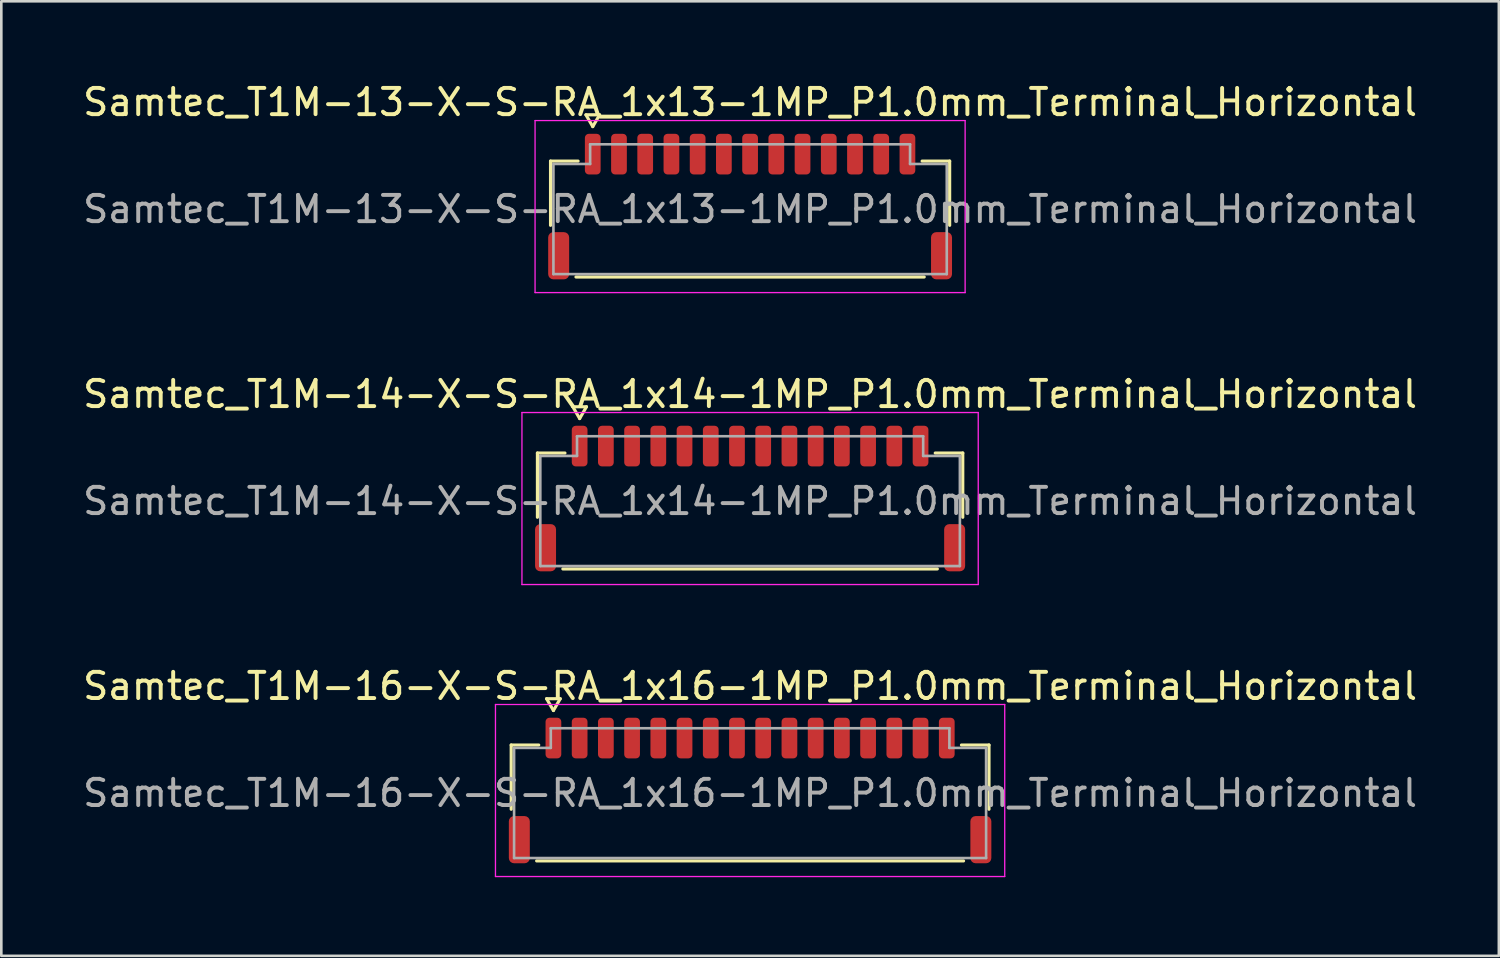
<source format=kicad_pcb>
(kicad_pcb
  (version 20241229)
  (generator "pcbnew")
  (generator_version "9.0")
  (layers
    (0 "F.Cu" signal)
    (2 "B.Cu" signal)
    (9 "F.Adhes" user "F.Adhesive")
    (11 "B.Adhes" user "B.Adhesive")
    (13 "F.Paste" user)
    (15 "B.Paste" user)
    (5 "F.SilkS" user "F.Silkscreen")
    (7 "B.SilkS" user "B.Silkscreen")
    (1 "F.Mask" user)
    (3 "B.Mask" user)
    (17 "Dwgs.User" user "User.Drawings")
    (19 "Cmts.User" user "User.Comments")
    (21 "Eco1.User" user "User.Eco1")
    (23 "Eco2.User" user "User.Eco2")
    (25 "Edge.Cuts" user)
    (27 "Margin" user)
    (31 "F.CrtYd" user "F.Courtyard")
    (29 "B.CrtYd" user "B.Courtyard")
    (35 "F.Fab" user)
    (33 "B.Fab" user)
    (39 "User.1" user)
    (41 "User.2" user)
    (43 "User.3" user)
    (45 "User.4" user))
  (footprint "Samtec_T1M-14-X-S-RA_1x14-1MP_P1.0mm_Terminal_Horizontal"
    (layer "F.Cu")
    (at 25.554 16.061)
    (property "Reference" "Samtec_T1M-14-X-S-RA_1x14-1MP_P1.0mm_Terminal_Horizontal" (at 0 -4.08 0) (layer "F.SilkS") (effects (font (size 1 1) (thickness 0.15))))
    (attr smd)
    (fp_line (start -8.11 -1.835) (end -7.06 -1.835) (stroke (width 0.12) (type solid)) (layer "F.SilkS"))
    (fp_line (start -8.11 0.615) (end -8.11 -1.835) (stroke (width 0.12) (type solid)) (layer "F.SilkS"))
    (fp_line (start -6.76 -3.6) (end -6.5 -3.15) (stroke (width 0.12) (type solid)) (layer "F.SilkS"))
    (fp_line (start -6.5 -3.15) (end -6.24 -3.6) (stroke (width 0.12) (type solid)) (layer "F.SilkS"))
    (fp_line (start -6.24 -3.6) (end -6.76 -3.6) (stroke (width 0.12) (type solid)) (layer "F.SilkS"))
    (fp_line (start 7.06 -1.835) (end 8.11 -1.835) (stroke (width 0.12) (type solid)) (layer "F.SilkS"))
    (fp_line (start 7.14 2.585) (end -7.14 2.585) (stroke (width 0.12) (type solid)) (layer "F.SilkS"))
    (fp_line (start 8.11 -1.835) (end 8.11 0.615) (stroke (width 0.12) (type solid)) (layer "F.SilkS"))
    (fp_line (start -8.7 -3.38) (end -8.7 3.18) (stroke (width 0.05) (type solid)) (layer "F.CrtYd"))
    (fp_line (start -8.7 3.18) (end 8.7 3.18) (stroke (width 0.05) (type solid)) (layer "F.CrtYd"))
    (fp_line (start 8.7 -3.38) (end -8.7 -3.38) (stroke (width 0.05) (type solid)) (layer "F.CrtYd"))
    (fp_line (start 8.7 3.18) (end 8.7 -3.38) (stroke (width 0.05) (type solid)) (layer "F.CrtYd"))
    (fp_line (start -8 -1.725) (end -6.6 -1.725) (stroke (width 0.1) (type solid)) (layer "F.Fab"))
    (fp_line (start -8 2.475) (end -8 -1.725) (stroke (width 0.1) (type solid)) (layer "F.Fab"))
    (fp_line (start -6.6 -2.475) (end 6.6 -2.475) (stroke (width 0.1) (type solid)) (layer "F.Fab"))
    (fp_line (start -6.6 -1.725) (end -6.6 -2.475) (stroke (width 0.1) (type solid)) (layer "F.Fab"))
    (fp_line (start 6.6 -2.475) (end 6.6 -1.725) (stroke (width 0.1) (type solid)) (layer "F.Fab"))
    (fp_line (start 6.6 -1.725) (end 8 -1.725) (stroke (width 0.1) (type solid)) (layer "F.Fab"))
    (fp_line (start 8 -1.725) (end 8 2.475) (stroke (width 0.1) (type solid)) (layer "F.Fab"))
    (fp_line (start 8 2.475) (end -8 2.475) (stroke (width 0.1) (type solid)) (layer "F.Fab"))
    (fp_text user "${REFERENCE}" (at 0 0 0) (layer "F.Fab") (effects (font (size 1 1) (thickness 0.15))))
    (pad "1" smd roundrect (at -6.5 -2.1) (size 0.6 1.55) (layers "F.Cu" "F.Mask" "F.Paste") (roundrect_rratio 0.25))
    (pad "2" smd roundrect (at -5.5 -2.1) (size 0.6 1.55) (layers "F.Cu" "F.Mask" "F.Paste") (roundrect_rratio 0.25))
    (pad "3" smd roundrect (at -4.5 -2.1) (size 0.6 1.55) (layers "F.Cu" "F.Mask" "F.Paste") (roundrect_rratio 0.25))
    (pad "4" smd roundrect (at -3.5 -2.1) (size 0.6 1.55) (layers "F.Cu" "F.Mask" "F.Paste") (roundrect_rratio 0.25))
    (pad "5" smd roundrect (at -2.5 -2.1) (size 0.6 1.55) (layers "F.Cu" "F.Mask" "F.Paste") (roundrect_rratio 0.25))
    (pad "6" smd roundrect (at -1.5 -2.1) (size 0.6 1.55) (layers "F.Cu" "F.Mask" "F.Paste") (roundrect_rratio 0.25))
    (pad "7" smd roundrect (at -0.5 -2.1) (size 0.6 1.55) (layers "F.Cu" "F.Mask" "F.Paste") (roundrect_rratio 0.25))
    (pad "8" smd roundrect (at 0.5 -2.1) (size 0.6 1.55) (layers "F.Cu" "F.Mask" "F.Paste") (roundrect_rratio 0.25))
    (pad "9" smd roundrect (at 1.5 -2.1) (size 0.6 1.55) (layers "F.Cu" "F.Mask" "F.Paste") (roundrect_rratio 0.25))
    (pad "10" smd roundrect (at 2.5 -2.1) (size 0.6 1.55) (layers "F.Cu" "F.Mask" "F.Paste") (roundrect_rratio 0.25))
    (pad "11" smd roundrect (at 3.5 -2.1) (size 0.6 1.55) (layers "F.Cu" "F.Mask" "F.Paste") (roundrect_rratio 0.25))
    (pad "12" smd roundrect (at 4.5 -2.1) (size 0.6 1.55) (layers "F.Cu" "F.Mask" "F.Paste") (roundrect_rratio 0.25))
    (pad "13" smd roundrect (at 5.5 -2.1) (size 0.6 1.55) (layers "F.Cu" "F.Mask" "F.Paste") (roundrect_rratio 0.25))
    (pad "14" smd roundrect (at 6.5 -2.1) (size 0.6 1.55) (layers "F.Cu" "F.Mask" "F.Paste") (roundrect_rratio 0.25))
    (pad "MP" smd roundrect (at -7.8 1.775) (size 0.8 1.8) (layers "F.Cu" "F.Mask" "F.Paste") (roundrect_rratio 0.25))
    (pad "MP" smd roundrect (at 7.8 1.775) (size 0.8 1.8) (layers "F.Cu" "F.Mask" "F.Paste") (roundrect_rratio 0.25)))
  (footprint "Samtec_T1M-16-X-S-RA_1x16-1MP_P1.0mm_Terminal_Horizontal"
    (layer "F.Cu")
    (at 25.554 27.195)
    (property "Reference" "Samtec_T1M-16-X-S-RA_1x16-1MP_P1.0mm_Terminal_Horizontal" (at 0 -4.08 0) (layer "F.SilkS") (effects (font (size 1 1) (thickness 0.15))))
    (attr smd)
    (fp_line (start -9.11 -1.835) (end -8.06 -1.835) (stroke (width 0.12) (type solid)) (layer "F.SilkS"))
    (fp_line (start -9.11 0.615) (end -9.11 -1.835) (stroke (width 0.12) (type solid)) (layer "F.SilkS"))
    (fp_line (start -7.76 -3.6) (end -7.5 -3.15) (stroke (width 0.12) (type solid)) (layer "F.SilkS"))
    (fp_line (start -7.5 -3.15) (end -7.24 -3.6) (stroke (width 0.12) (type solid)) (layer "F.SilkS"))
    (fp_line (start -7.24 -3.6) (end -7.76 -3.6) (stroke (width 0.12) (type solid)) (layer "F.SilkS"))
    (fp_line (start 8.06 -1.835) (end 9.11 -1.835) (stroke (width 0.12) (type solid)) (layer "F.SilkS"))
    (fp_line (start 8.14 2.585) (end -8.14 2.585) (stroke (width 0.12) (type solid)) (layer "F.SilkS"))
    (fp_line (start 9.11 -1.835) (end 9.11 0.615) (stroke (width 0.12) (type solid)) (layer "F.SilkS"))
    (fp_line (start -9.71 -3.38) (end -9.71 3.18) (stroke (width 0.05) (type solid)) (layer "F.CrtYd"))
    (fp_line (start -9.71 3.18) (end 9.71 3.18) (stroke (width 0.05) (type solid)) (layer "F.CrtYd"))
    (fp_line (start 9.71 -3.38) (end -9.71 -3.38) (stroke (width 0.05) (type solid)) (layer "F.CrtYd"))
    (fp_line (start 9.71 3.18) (end 9.71 -3.38) (stroke (width 0.05) (type solid)) (layer "F.CrtYd"))
    (fp_line (start -9 -1.725) (end -7.6 -1.725) (stroke (width 0.1) (type solid)) (layer "F.Fab"))
    (fp_line (start -9 2.475) (end -9 -1.725) (stroke (width 0.1) (type solid)) (layer "F.Fab"))
    (fp_line (start -7.6 -2.475) (end 7.6 -2.475) (stroke (width 0.1) (type solid)) (layer "F.Fab"))
    (fp_line (start -7.6 -1.725) (end -7.6 -2.475) (stroke (width 0.1) (type solid)) (layer "F.Fab"))
    (fp_line (start 7.6 -2.475) (end 7.6 -1.725) (stroke (width 0.1) (type solid)) (layer "F.Fab"))
    (fp_line (start 7.6 -1.725) (end 9 -1.725) (stroke (width 0.1) (type solid)) (layer "F.Fab"))
    (fp_line (start 9 -1.725) (end 9 2.475) (stroke (width 0.1) (type solid)) (layer "F.Fab"))
    (fp_line (start 9 2.475) (end -9 2.475) (stroke (width 0.1) (type solid)) (layer "F.Fab"))
    (fp_text user "${REFERENCE}" (at 0 0 0) (layer "F.Fab") (effects (font (size 1 1) (thickness 0.15))))
    (pad "1" smd roundrect (at -7.5 -2.1) (size 0.6 1.55) (layers "F.Cu" "F.Mask" "F.Paste") (roundrect_rratio 0.25))
    (pad "2" smd roundrect (at -6.5 -2.1) (size 0.6 1.55) (layers "F.Cu" "F.Mask" "F.Paste") (roundrect_rratio 0.25))
    (pad "3" smd roundrect (at -5.5 -2.1) (size 0.6 1.55) (layers "F.Cu" "F.Mask" "F.Paste") (roundrect_rratio 0.25))
    (pad "4" smd roundrect (at -4.5 -2.1) (size 0.6 1.55) (layers "F.Cu" "F.Mask" "F.Paste") (roundrect_rratio 0.25))
    (pad "5" smd roundrect (at -3.5 -2.1) (size 0.6 1.55) (layers "F.Cu" "F.Mask" "F.Paste") (roundrect_rratio 0.25))
    (pad "6" smd roundrect (at -2.5 -2.1) (size 0.6 1.55) (layers "F.Cu" "F.Mask" "F.Paste") (roundrect_rratio 0.25))
    (pad "7" smd roundrect (at -1.5 -2.1) (size 0.6 1.55) (layers "F.Cu" "F.Mask" "F.Paste") (roundrect_rratio 0.25))
    (pad "8" smd roundrect (at -0.5 -2.1) (size 0.6 1.55) (layers "F.Cu" "F.Mask" "F.Paste") (roundrect_rratio 0.25))
    (pad "9" smd roundrect (at 0.5 -2.1) (size 0.6 1.55) (layers "F.Cu" "F.Mask" "F.Paste") (roundrect_rratio 0.25))
    (pad "10" smd roundrect (at 1.5 -2.1) (size 0.6 1.55) (layers "F.Cu" "F.Mask" "F.Paste") (roundrect_rratio 0.25))
    (pad "11" smd roundrect (at 2.5 -2.1) (size 0.6 1.55) (layers "F.Cu" "F.Mask" "F.Paste") (roundrect_rratio 0.25))
    (pad "12" smd roundrect (at 3.5 -2.1) (size 0.6 1.55) (layers "F.Cu" "F.Mask" "F.Paste") (roundrect_rratio 0.25))
    (pad "13" smd roundrect (at 4.5 -2.1) (size 0.6 1.55) (layers "F.Cu" "F.Mask" "F.Paste") (roundrect_rratio 0.25))
    (pad "14" smd roundrect (at 5.5 -2.1) (size 0.6 1.55) (layers "F.Cu" "F.Mask" "F.Paste") (roundrect_rratio 0.25))
    (pad "15" smd roundrect (at 6.5 -2.1) (size 0.6 1.55) (layers "F.Cu" "F.Mask" "F.Paste") (roundrect_rratio 0.25))
    (pad "16" smd roundrect (at 7.5 -2.1) (size 0.6 1.55) (layers "F.Cu" "F.Mask" "F.Paste") (roundrect_rratio 0.25))
    (pad "MP" smd roundrect (at -8.8 1.775) (size 0.8 1.8) (layers "F.Cu" "F.Mask" "F.Paste") (roundrect_rratio 0.25))
    (pad "MP" smd roundrect (at 8.8 1.775) (size 0.8 1.8) (layers "F.Cu" "F.Mask" "F.Paste") (roundrect_rratio 0.25)))
  (footprint "Samtec_T1M-13-X-S-RA_1x13-1MP_P1.0mm_Terminal_Horizontal"
    (layer "F.Cu")
    (at 25.554 4.928)
    (property "Reference" "Samtec_T1M-13-X-S-RA_1x13-1MP_P1.0mm_Terminal_Horizontal" (at 0 -4.08 0) (layer "F.SilkS") (effects (font (size 1 1) (thickness 0.15))))
    (attr smd)
    (fp_line (start -7.61 -1.835) (end -6.56 -1.835) (stroke (width 0.12) (type solid)) (layer "F.SilkS"))
    (fp_line (start -7.61 0.615) (end -7.61 -1.835) (stroke (width 0.12) (type solid)) (layer "F.SilkS"))
    (fp_line (start -6.26 -3.6) (end -6 -3.15) (stroke (width 0.12) (type solid)) (layer "F.SilkS"))
    (fp_line (start -6 -3.15) (end -5.74 -3.6) (stroke (width 0.12) (type solid)) (layer "F.SilkS"))
    (fp_line (start -5.74 -3.6) (end -6.26 -3.6) (stroke (width 0.12) (type solid)) (layer "F.SilkS"))
    (fp_line (start 6.56 -1.835) (end 7.61 -1.835) (stroke (width 0.12) (type solid)) (layer "F.SilkS"))
    (fp_line (start 6.64 2.585) (end -6.64 2.585) (stroke (width 0.12) (type solid)) (layer "F.SilkS"))
    (fp_line (start 7.61 -1.835) (end 7.61 0.615) (stroke (width 0.12) (type solid)) (layer "F.SilkS"))
    (fp_line (start -8.2 -3.38) (end -8.2 3.18) (stroke (width 0.05) (type solid)) (layer "F.CrtYd"))
    (fp_line (start -8.2 3.18) (end 8.2 3.18) (stroke (width 0.05) (type solid)) (layer "F.CrtYd"))
    (fp_line (start 8.2 -3.38) (end -8.2 -3.38) (stroke (width 0.05) (type solid)) (layer "F.CrtYd"))
    (fp_line (start 8.2 3.18) (end 8.2 -3.38) (stroke (width 0.05) (type solid)) (layer "F.CrtYd"))
    (fp_line (start -7.5 -1.725) (end -6.1 -1.725) (stroke (width 0.1) (type solid)) (layer "F.Fab"))
    (fp_line (start -7.5 2.475) (end -7.5 -1.725) (stroke (width 0.1) (type solid)) (layer "F.Fab"))
    (fp_line (start -6.1 -2.475) (end 6.1 -2.475) (stroke (width 0.1) (type solid)) (layer "F.Fab"))
    (fp_line (start -6.1 -1.725) (end -6.1 -2.475) (stroke (width 0.1) (type solid)) (layer "F.Fab"))
    (fp_line (start 6.1 -2.475) (end 6.1 -1.725) (stroke (width 0.1) (type solid)) (layer "F.Fab"))
    (fp_line (start 6.1 -1.725) (end 7.5 -1.725) (stroke (width 0.1) (type solid)) (layer "F.Fab"))
    (fp_line (start 7.5 -1.725) (end 7.5 2.475) (stroke (width 0.1) (type solid)) (layer "F.Fab"))
    (fp_line (start 7.5 2.475) (end -7.5 2.475) (stroke (width 0.1) (type solid)) (layer "F.Fab"))
    (fp_text user "${REFERENCE}" (at 0 0 0) (layer "F.Fab") (effects (font (size 1 1) (thickness 0.15))))
    (pad "1" smd roundrect (at -6 -2.1) (size 0.6 1.55) (layers "F.Cu" "F.Mask" "F.Paste") (roundrect_rratio 0.25))
    (pad "2" smd roundrect (at -5 -2.1) (size 0.6 1.55) (layers "F.Cu" "F.Mask" "F.Paste") (roundrect_rratio 0.25))
    (pad "3" smd roundrect (at -4 -2.1) (size 0.6 1.55) (layers "F.Cu" "F.Mask" "F.Paste") (roundrect_rratio 0.25))
    (pad "4" smd roundrect (at -3 -2.1) (size 0.6 1.55) (layers "F.Cu" "F.Mask" "F.Paste") (roundrect_rratio 0.25))
    (pad "5" smd roundrect (at -2 -2.1) (size 0.6 1.55) (layers "F.Cu" "F.Mask" "F.Paste") (roundrect_rratio 0.25))
    (pad "6" smd roundrect (at -1 -2.1) (size 0.6 1.55) (layers "F.Cu" "F.Mask" "F.Paste") (roundrect_rratio 0.25))
    (pad "7" smd roundrect (at 0 -2.1) (size 0.6 1.55) (layers "F.Cu" "F.Mask" "F.Paste") (roundrect_rratio 0.25))
    (pad "8" smd roundrect (at 1 -2.1) (size 0.6 1.55) (layers "F.Cu" "F.Mask" "F.Paste") (roundrect_rratio 0.25))
    (pad "9" smd roundrect (at 2 -2.1) (size 0.6 1.55) (layers "F.Cu" "F.Mask" "F.Paste") (roundrect_rratio 0.25))
    (pad "10" smd roundrect (at 3 -2.1) (size 0.6 1.55) (layers "F.Cu" "F.Mask" "F.Paste") (roundrect_rratio 0.25))
    (pad "11" smd roundrect (at 4 -2.1) (size 0.6 1.55) (layers "F.Cu" "F.Mask" "F.Paste") (roundrect_rratio 0.25))
    (pad "12" smd roundrect (at 5 -2.1) (size 0.6 1.55) (layers "F.Cu" "F.Mask" "F.Paste") (roundrect_rratio 0.25))
    (pad "13" smd roundrect (at 6 -2.1) (size 0.6 1.55) (layers "F.Cu" "F.Mask" "F.Paste") (roundrect_rratio 0.25))
    (pad "MP" smd roundrect (at -7.3 1.775) (size 0.8 1.8) (layers "F.Cu" "F.Mask" "F.Paste") (roundrect_rratio 0.25))
    (pad "MP" smd roundrect (at 7.3 1.775) (size 0.8 1.8) (layers "F.Cu" "F.Mask" "F.Paste") (roundrect_rratio 0.25)))
  (gr_rect
    (start -3 -3)
    (end 54.107 33.4)
    (stroke (width 0.1) (type default))
    (fill no)
    (layer "Edge.Cuts")))
</source>
